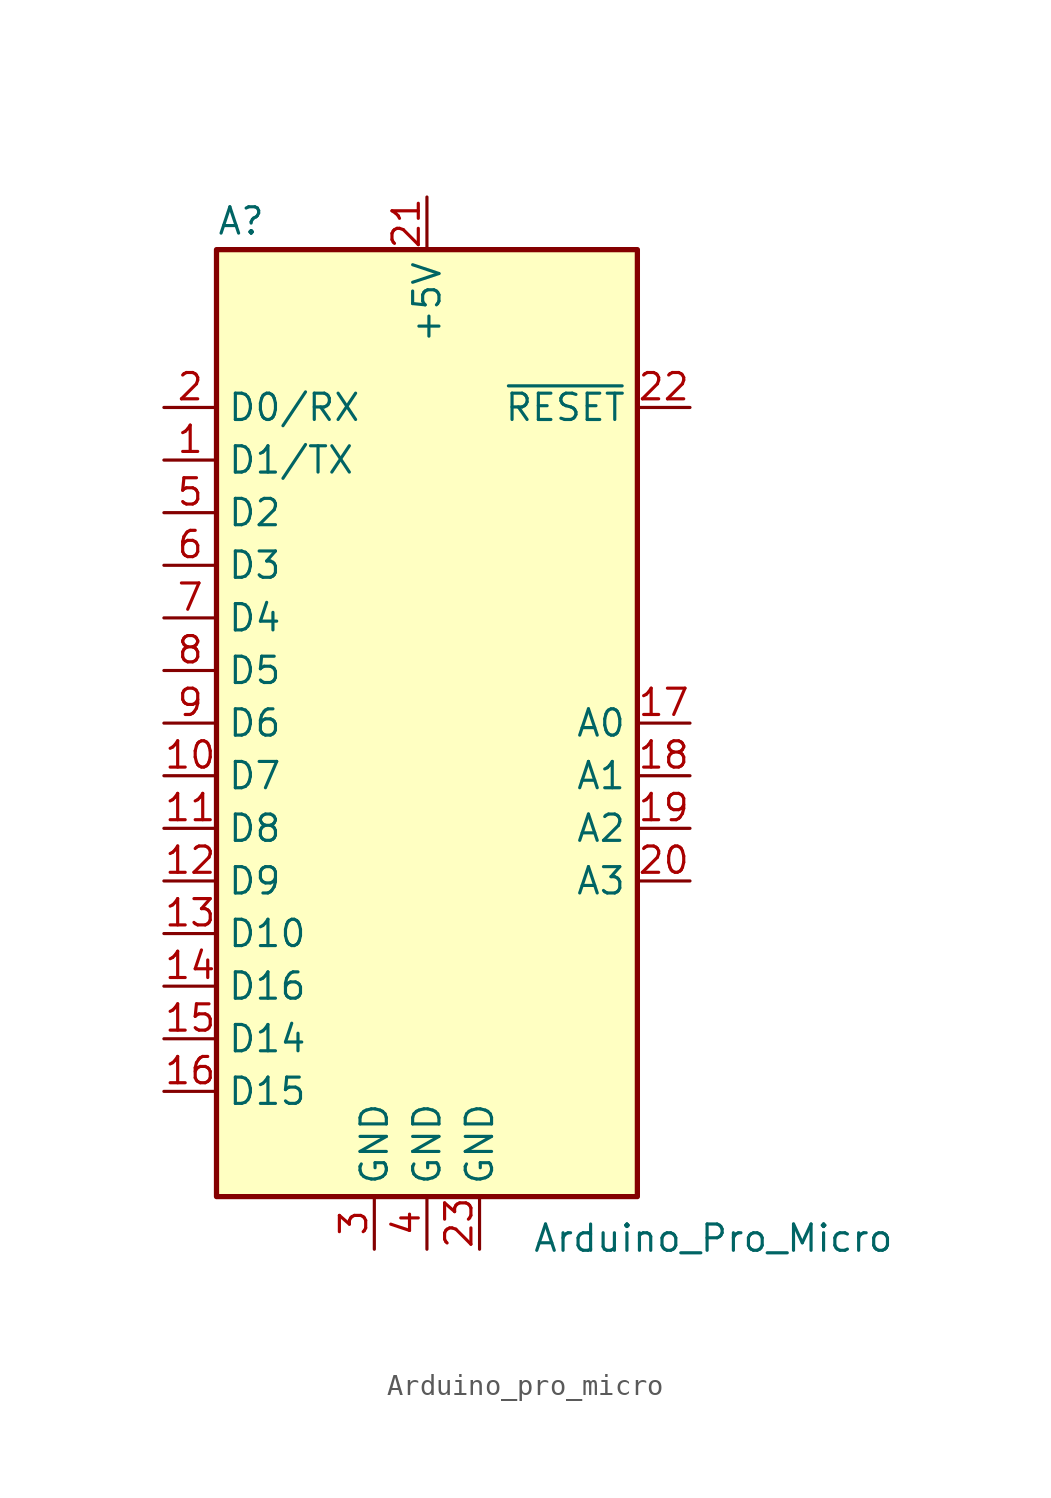
<source format=kicad_sym>
(kicad_symbol_lib
  (version 20220914)
  (generator kicad_symbol_editor)
  (symbol "Arduino_pro_micro"
    (property "Reference" "A"
      (at -10.16 23.495 0)
      (effects (font (size 1.27 1.27)) (justify left bottom)))
    (property "Value" "Arduino_Pro_Micro"
      (at 5.08 -24.13 0)
      (effects (font (size 1.27 1.27)) (justify left top)))
    (symbol "Arduino_pro_micro_0_1"
      (rectangle (start -10.16 22.86) (end 10.16 -22.86) (stroke (width 0.254) (type default)) (fill (type background))))
    (symbol "Arduino_pro_micro_1_1"
      (pin bidirectional line (at -12.7 12.7 0) (length 2.54) (name "D1/TX" (effects (font (size 1.27 1.27)))) (number "1" (effects (font (size 1.27 1.27)))))
      (pin bidirectional line (at -12.7 -2.54 0) (length 2.54) (name "D7" (effects (font (size 1.27 1.27)))) (number "10" (effects (font (size 1.27 1.27)))))
      (pin bidirectional line (at -12.7 -5.08 0) (length 2.54) (name "D8" (effects (font (size 1.27 1.27)))) (number "11" (effects (font (size 1.27 1.27)))))
      (pin bidirectional line (at -12.7 -7.62 0) (length 2.54) (name "D9" (effects (font (size 1.27 1.27)))) (number "12" (effects (font (size 1.27 1.27)))))
      (pin bidirectional line (at -12.7 -10.16 0) (length 2.54) (name "D10" (effects (font (size 1.27 1.27)))) (number "13" (effects (font (size 1.27 1.27)))))
      (pin bidirectional line (at -12.7 -12.7 0) (length 2.54) (name "D16" (effects (font (size 1.27 1.27)))) (number "14" (effects (font (size 1.27 1.27)))))
      (pin bidirectional line (at -12.7 -15.24 0) (length 2.54) (name "D14" (effects (font (size 1.27 1.27)))) (number "15" (effects (font (size 1.27 1.27)))))
      (pin bidirectional line (at -12.7 -17.78 0) (length 2.54) (name "D15" (effects (font (size 1.27 1.27)))) (number "16" (effects (font (size 1.27 1.27)))))
      (pin bidirectional line (at 12.7 0 180) (length 2.54) (name "A0" (effects (font (size 1.27 1.27)))) (number "17" (effects (font (size 1.27 1.27)))))
      (pin bidirectional line (at 12.7 -2.54 180) (length 2.54) (name "A1" (effects (font (size 1.27 1.27)))) (number "18" (effects (font (size 1.27 1.27)))))
      (pin bidirectional line (at 12.7 -5.08 180) (length 2.54) (name "A2" (effects (font (size 1.27 1.27)))) (number "19" (effects (font (size 1.27 1.27)))))
      (pin bidirectional line (at -12.7 15.24 0) (length 2.54) (name "D0/RX" (effects (font (size 1.27 1.27)))) (number "2" (effects (font (size 1.27 1.27)))))
      (pin bidirectional line (at 12.7 -7.62 180) (length 2.54) (name "A3" (effects (font (size 1.27 1.27)))) (number "20" (effects (font (size 1.27 1.27)))))
      (pin power_out line (at 0 25.4 270) (length 2.54) (name "+5V" (effects (font (size 1.27 1.27)))) (number "21" (effects (font (size 1.27 1.27)))))
      (pin input line (at 12.7 15.24 180) (length 2.54) (name "~{RESET}" (effects (font (size 1.27 1.27)))) (number "22" (effects (font (size 1.27 1.27)))))
      (pin power_in line (at 2.54 -25.4 90) (length 2.54) (name "GND" (effects (font (size 1.27 1.27)))) (number "23" (effects (font (size 1.27 1.27)))))
      (pin power_in line (at -2.54 -25.4 90) (length 2.54) (name "GND" (effects (font (size 1.27 1.27)))) (number "3" (effects (font (size 1.27 1.27)))))
      (pin power_in line (at 0 -25.4 90) (length 2.54) (name "GND" (effects (font (size 1.27 1.27)))) (number "4" (effects (font (size 1.27 1.27)))))
      (pin bidirectional line (at -12.7 10.16 0) (length 2.54) (name "D2" (effects (font (size 1.27 1.27)))) (number "5" (effects (font (size 1.27 1.27)))))
      (pin bidirectional line (at -12.7 7.62 0) (length 2.54) (name "D3" (effects (font (size 1.27 1.27)))) (number "6" (effects (font (size 1.27 1.27)))))
      (pin bidirectional line (at -12.7 5.08 0) (length 2.54) (name "D4" (effects (font (size 1.27 1.27)))) (number "7" (effects (font (size 1.27 1.27)))))
      (pin bidirectional line (at -12.7 2.54 0) (length 2.54) (name "D5" (effects (font (size 1.27 1.27)))) (number "8" (effects (font (size 1.27 1.27)))))
      (pin bidirectional line (at -12.7 0 0) (length 2.54) (name "D6" (effects (font (size 1.27 1.27)))) (number "9" (effects (font (size 1.27 1.27))))))))
</source>
